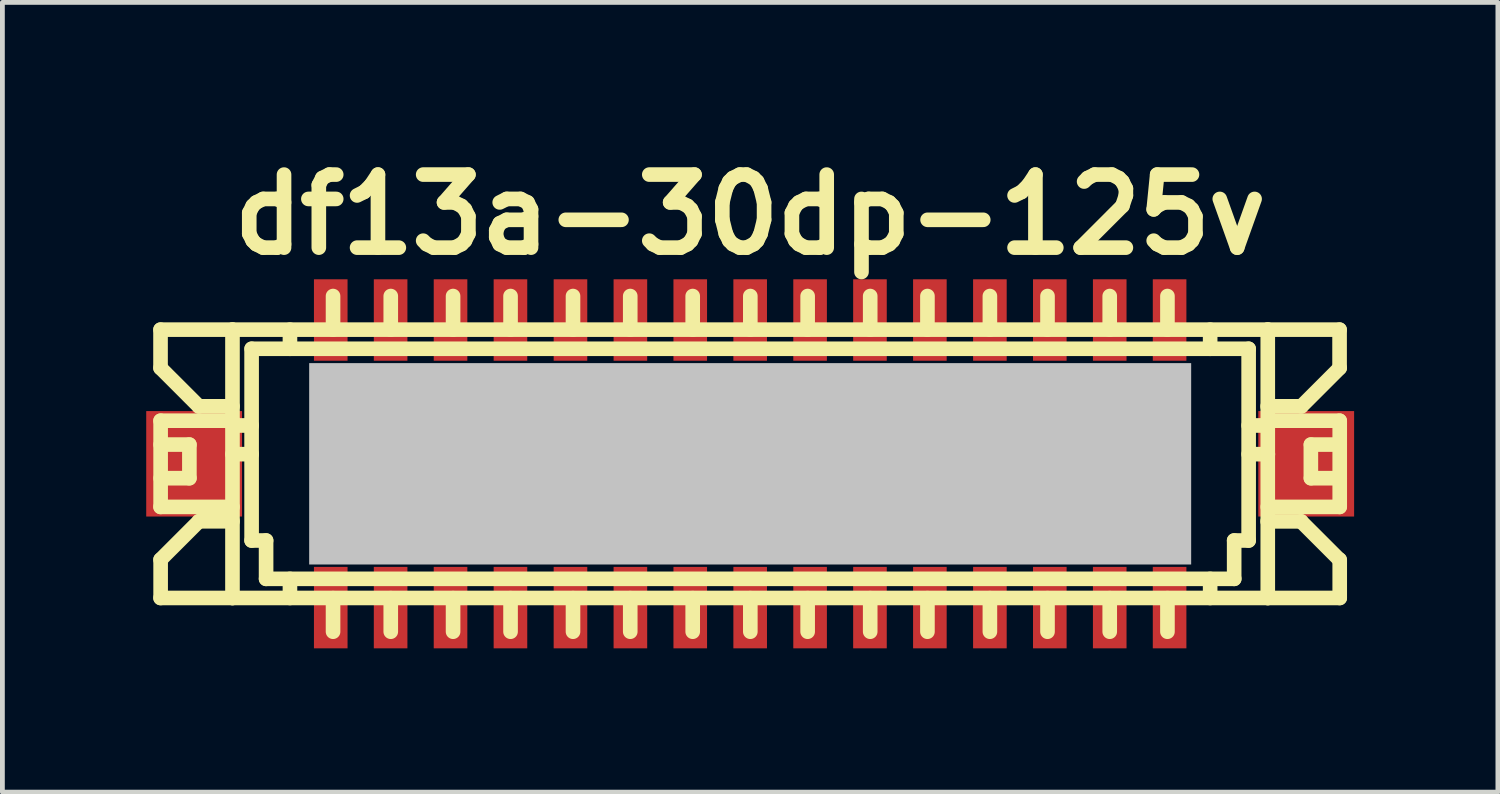
<source format=kicad_pcb>
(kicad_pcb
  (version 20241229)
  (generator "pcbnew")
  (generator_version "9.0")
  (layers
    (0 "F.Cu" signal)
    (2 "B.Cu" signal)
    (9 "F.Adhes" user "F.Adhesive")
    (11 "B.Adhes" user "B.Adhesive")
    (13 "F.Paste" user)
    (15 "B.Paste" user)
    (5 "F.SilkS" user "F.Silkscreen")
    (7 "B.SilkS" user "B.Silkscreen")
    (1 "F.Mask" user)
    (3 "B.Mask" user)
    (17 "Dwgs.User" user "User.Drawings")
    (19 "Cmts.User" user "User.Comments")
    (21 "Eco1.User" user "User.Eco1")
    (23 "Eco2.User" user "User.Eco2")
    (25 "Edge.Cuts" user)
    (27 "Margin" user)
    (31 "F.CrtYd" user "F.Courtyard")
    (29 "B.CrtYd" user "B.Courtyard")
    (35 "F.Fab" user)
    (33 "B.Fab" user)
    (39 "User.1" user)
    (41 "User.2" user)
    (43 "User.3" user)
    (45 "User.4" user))
  (footprint "df13a-30dp-125v"
    (layer "F.Cu")
    (at 12.6 6.626)
    (property "Reference" "df13a-30dp-125v" (at 0 -5.199 0) (layer "F.SilkS") (effects (font (size 1.524 1.524) (thickness 0.305))))
    (attr through_hole)
    (fp_line (start -12.301 -2.799) (end -12.301 -1.999) (stroke (width 0.305) (type solid)) (layer "F.SilkS"))
    (fp_line (start -12.301 -1.999) (end -11.501 -1.199) (stroke (width 0.305) (type solid)) (layer "F.SilkS"))
    (fp_line (start -12.301 -0.899) (end -10.8 -0.899) (stroke (width 0.305) (type solid)) (layer "F.SilkS"))
    (fp_line (start -12.301 0.899) (end -10.8 0.899) (stroke (width 0.305) (type solid)) (layer "F.SilkS"))
    (fp_line (start -12.301 2.799) (end -10.8 2.799) (stroke (width 0.305) (type solid)) (layer "F.SilkS"))
    (fp_line (start -12.299 -0.401) (end -11.699 -0.401) (stroke (width 0.305) (type solid)) (layer "F.SilkS"))
    (fp_line (start -12.299 0.899) (end -12.299 -0.899) (stroke (width 0.305) (type solid)) (layer "F.SilkS"))
    (fp_line (start -12.299 2.799) (end -12.299 1.999) (stroke (width 0.305) (type solid)) (layer "F.SilkS"))
    (fp_line (start -11.699 -0.401) (end -11.699 0.3) (stroke (width 0.305) (type solid)) (layer "F.SilkS"))
    (fp_line (start -11.699 0.3) (end -12.299 0.3) (stroke (width 0.305) (type solid)) (layer "F.SilkS"))
    (fp_line (start -11.501 -1.199) (end -10.8 -1.199) (stroke (width 0.305) (type solid)) (layer "F.SilkS"))
    (fp_line (start -11.501 1.199) (end -12.301 1.999) (stroke (width 0.305) (type solid)) (layer "F.SilkS"))
    (fp_line (start -10.8 -2.799) (end -12.301 -2.799) (stroke (width 0.305) (type solid)) (layer "F.SilkS"))
    (fp_line (start -10.8 -2.799) (end -10.8 2.799) (stroke (width 0.305) (type solid)) (layer "F.SilkS"))
    (fp_line (start -10.8 -2.799) (end 10.8 -2.799) (stroke (width 0.305) (type solid)) (layer "F.SilkS"))
    (fp_line (start -10.8 -0.8) (end -10.399 -0.8) (stroke (width 0.305) (type solid)) (layer "F.SilkS"))
    (fp_line (start -10.8 -0.201) (end -10.399 -0.201) (stroke (width 0.305) (type solid)) (layer "F.SilkS"))
    (fp_line (start -10.8 1.199) (end -11.501 1.199) (stroke (width 0.305) (type solid)) (layer "F.SilkS"))
    (fp_line (start -10.401 1.6) (end -10.401 -2.4) (stroke (width 0.305) (type solid)) (layer "F.SilkS"))
    (fp_line (start -10.099 1.6) (end -10.401 1.6) (stroke (width 0.305) (type solid)) (layer "F.SilkS"))
    (fp_line (start -10.099 2.4) (end -10.099 1.6) (stroke (width 0.305) (type solid)) (layer "F.SilkS"))
    (fp_line (start -10.099 2.4) (end 10.099 2.4) (stroke (width 0.305) (type solid)) (layer "F.SilkS"))
    (fp_line (start -9.601 -2.799) (end -9.601 -2.4) (stroke (width 0.305) (type solid)) (layer "F.SilkS"))
    (fp_line (start -9.601 2.4) (end -9.601 2.799) (stroke (width 0.305) (type solid)) (layer "F.SilkS"))
    (fp_line (start -8.801 -0.701) (end -8.801 -0.5) (stroke (width 0.305) (type solid)) (layer "F.SilkS"))
    (fp_line (start -8.801 -0.5) (end -8.6 -0.5) (stroke (width 0.305) (type solid)) (layer "F.SilkS"))
    (fp_line (start -8.801 0.498) (end -8.801 0.699) (stroke (width 0.305) (type solid)) (layer "F.SilkS"))
    (fp_line (start -8.801 0.699) (end -8.6 0.699) (stroke (width 0.305) (type solid)) (layer "F.SilkS"))
    (fp_line (start -8.702 -3.5) (end -8.702 -2.799) (stroke (width 0.305) (type solid)) (layer "F.SilkS"))
    (fp_line (start -8.702 2.802) (end -8.702 3.503) (stroke (width 0.305) (type solid)) (layer "F.SilkS"))
    (fp_line (start -8.6 -0.701) (end -8.801 -0.701) (stroke (width 0.305) (type solid)) (layer "F.SilkS"))
    (fp_line (start -8.6 -0.5) (end -8.6 -0.701) (stroke (width 0.305) (type solid)) (layer "F.SilkS"))
    (fp_line (start -8.6 0.498) (end -8.801 0.498) (stroke (width 0.305) (type solid)) (layer "F.SilkS"))
    (fp_line (start -8.6 0.699) (end -8.6 0.498) (stroke (width 0.305) (type solid)) (layer "F.SilkS"))
    (fp_line (start -7.6 -0.699) (end -7.402 -0.699) (stroke (width 0.305) (type solid)) (layer "F.SilkS"))
    (fp_line (start -7.6 -0.5) (end -7.6 -0.699) (stroke (width 0.305) (type solid)) (layer "F.SilkS"))
    (fp_line (start -7.6 0.5) (end -7.402 0.5) (stroke (width 0.305) (type solid)) (layer "F.SilkS"))
    (fp_line (start -7.6 0.699) (end -7.6 0.5) (stroke (width 0.305) (type solid)) (layer "F.SilkS"))
    (fp_line (start -7.498 -3.5) (end -7.498 -2.799) (stroke (width 0.305) (type solid)) (layer "F.SilkS"))
    (fp_line (start -7.498 2.802) (end -7.498 3.503) (stroke (width 0.305) (type solid)) (layer "F.SilkS"))
    (fp_line (start -7.402 -0.699) (end -7.402 -0.5) (stroke (width 0.305) (type solid)) (layer "F.SilkS"))
    (fp_line (start -7.402 -0.5) (end -7.6 -0.5) (stroke (width 0.305) (type solid)) (layer "F.SilkS"))
    (fp_line (start -7.402 0.5) (end -7.402 0.699) (stroke (width 0.305) (type solid)) (layer "F.SilkS"))
    (fp_line (start -7.402 0.699) (end -7.6 0.699) (stroke (width 0.305) (type solid)) (layer "F.SilkS"))
    (fp_line (start -6.302 -0.699) (end -6.104 -0.699) (stroke (width 0.305) (type solid)) (layer "F.SilkS"))
    (fp_line (start -6.302 -0.5) (end -6.302 -0.699) (stroke (width 0.305) (type solid)) (layer "F.SilkS"))
    (fp_line (start -6.302 0.5) (end -6.104 0.5) (stroke (width 0.305) (type solid)) (layer "F.SilkS"))
    (fp_line (start -6.302 0.699) (end -6.302 0.5) (stroke (width 0.305) (type solid)) (layer "F.SilkS"))
    (fp_line (start -6.198 -3.5) (end -6.198 -2.799) (stroke (width 0.305) (type solid)) (layer "F.SilkS"))
    (fp_line (start -6.198 2.802) (end -6.198 3.503) (stroke (width 0.305) (type solid)) (layer "F.SilkS"))
    (fp_line (start -6.104 -0.699) (end -6.104 -0.5) (stroke (width 0.305) (type solid)) (layer "F.SilkS"))
    (fp_line (start -6.104 -0.5) (end -6.302 -0.5) (stroke (width 0.305) (type solid)) (layer "F.SilkS"))
    (fp_line (start -6.104 0.5) (end -6.104 0.699) (stroke (width 0.305) (type solid)) (layer "F.SilkS"))
    (fp_line (start -6.104 0.699) (end -6.302 0.699) (stroke (width 0.305) (type solid)) (layer "F.SilkS"))
    (fp_line (start -5.1 -0.699) (end -4.902 -0.699) (stroke (width 0.305) (type solid)) (layer "F.SilkS"))
    (fp_line (start -5.1 -0.5) (end -5.1 -0.699) (stroke (width 0.305) (type solid)) (layer "F.SilkS"))
    (fp_line (start -5.1 0.5) (end -4.902 0.5) (stroke (width 0.305) (type solid)) (layer "F.SilkS"))
    (fp_line (start -5.1 0.699) (end -5.1 0.5) (stroke (width 0.305) (type solid)) (layer "F.SilkS"))
    (fp_line (start -4.999 -3.5) (end -4.999 -2.799) (stroke (width 0.305) (type solid)) (layer "F.SilkS"))
    (fp_line (start -4.999 2.802) (end -4.999 3.503) (stroke (width 0.305) (type solid)) (layer "F.SilkS"))
    (fp_line (start -4.902 -0.699) (end -4.902 -0.5) (stroke (width 0.305) (type solid)) (layer "F.SilkS"))
    (fp_line (start -4.902 -0.5) (end -5.1 -0.5) (stroke (width 0.305) (type solid)) (layer "F.SilkS"))
    (fp_line (start -4.902 0.5) (end -4.902 0.699) (stroke (width 0.305) (type solid)) (layer "F.SilkS"))
    (fp_line (start -4.902 0.699) (end -5.1 0.699) (stroke (width 0.305) (type solid)) (layer "F.SilkS"))
    (fp_line (start -3.797 -0.701) (end -3.597 -0.701) (stroke (width 0.305) (type solid)) (layer "F.SilkS"))
    (fp_line (start -3.797 -0.5) (end -3.797 -0.701) (stroke (width 0.305) (type solid)) (layer "F.SilkS"))
    (fp_line (start -3.797 0.498) (end -3.597 0.498) (stroke (width 0.305) (type solid)) (layer "F.SilkS"))
    (fp_line (start -3.797 0.699) (end -3.797 0.498) (stroke (width 0.305) (type solid)) (layer "F.SilkS"))
    (fp_line (start -3.696 -3.5) (end -3.696 -2.799) (stroke (width 0.305) (type solid)) (layer "F.SilkS"))
    (fp_line (start -3.696 2.802) (end -3.696 3.503) (stroke (width 0.305) (type solid)) (layer "F.SilkS"))
    (fp_line (start -3.597 -0.701) (end -3.597 -0.5) (stroke (width 0.305) (type solid)) (layer "F.SilkS"))
    (fp_line (start -3.597 -0.5) (end -3.797 -0.5) (stroke (width 0.305) (type solid)) (layer "F.SilkS"))
    (fp_line (start -3.597 0.498) (end -3.597 0.699) (stroke (width 0.305) (type solid)) (layer "F.SilkS"))
    (fp_line (start -3.597 0.699) (end -3.797 0.699) (stroke (width 0.305) (type solid)) (layer "F.SilkS"))
    (fp_line (start -2.601 -0.704) (end -2.601 -0.503) (stroke (width 0.305) (type solid)) (layer "F.SilkS"))
    (fp_line (start -2.601 -0.503) (end -2.4 -0.503) (stroke (width 0.305) (type solid)) (layer "F.SilkS"))
    (fp_line (start -2.601 0.495) (end -2.601 0.696) (stroke (width 0.305) (type solid)) (layer "F.SilkS"))
    (fp_line (start -2.601 0.696) (end -2.4 0.696) (stroke (width 0.305) (type solid)) (layer "F.SilkS"))
    (fp_line (start -2.502 -3.5) (end -2.502 -2.799) (stroke (width 0.305) (type solid)) (layer "F.SilkS"))
    (fp_line (start -2.502 2.802) (end -2.502 3.503) (stroke (width 0.305) (type solid)) (layer "F.SilkS"))
    (fp_line (start -2.4 -0.704) (end -2.601 -0.704) (stroke (width 0.305) (type solid)) (layer "F.SilkS"))
    (fp_line (start -2.4 -0.503) (end -2.4 -0.704) (stroke (width 0.305) (type solid)) (layer "F.SilkS"))
    (fp_line (start -2.4 0.495) (end -2.601 0.495) (stroke (width 0.305) (type solid)) (layer "F.SilkS"))
    (fp_line (start -2.4 0.696) (end -2.4 0.495) (stroke (width 0.305) (type solid)) (layer "F.SilkS"))
    (fp_line (start -1.3 -0.701) (end -1.102 -0.701) (stroke (width 0.305) (type solid)) (layer "F.SilkS"))
    (fp_line (start -1.3 -0.503) (end -1.3 -0.701) (stroke (width 0.305) (type solid)) (layer "F.SilkS"))
    (fp_line (start -1.3 0.498) (end -1.102 0.498) (stroke (width 0.305) (type solid)) (layer "F.SilkS"))
    (fp_line (start -1.3 0.696) (end -1.3 0.498) (stroke (width 0.305) (type solid)) (layer "F.SilkS"))
    (fp_line (start -1.199 -3.5) (end -1.199 -2.799) (stroke (width 0.305) (type solid)) (layer "F.SilkS"))
    (fp_line (start -1.199 2.802) (end -1.199 3.503) (stroke (width 0.305) (type solid)) (layer "F.SilkS"))
    (fp_line (start -1.102 -0.701) (end -1.102 -0.503) (stroke (width 0.305) (type solid)) (layer "F.SilkS"))
    (fp_line (start -1.102 -0.503) (end -1.3 -0.503) (stroke (width 0.305) (type solid)) (layer "F.SilkS"))
    (fp_line (start -1.102 0.498) (end -1.102 0.696) (stroke (width 0.305) (type solid)) (layer "F.SilkS"))
    (fp_line (start -1.102 0.696) (end -1.3 0.696) (stroke (width 0.305) (type solid)) (layer "F.SilkS"))
    (fp_line (start -0.102 -0.701) (end 0.097 -0.701) (stroke (width 0.305) (type solid)) (layer "F.SilkS"))
    (fp_line (start -0.102 -0.503) (end -0.102 -0.701) (stroke (width 0.305) (type solid)) (layer "F.SilkS"))
    (fp_line (start -0.102 0.498) (end 0.097 0.498) (stroke (width 0.305) (type solid)) (layer "F.SilkS"))
    (fp_line (start -0.102 0.696) (end -0.102 0.498) (stroke (width 0.305) (type solid)) (layer "F.SilkS"))
    (fp_line (start 0.003 -3.5) (end 0.003 -2.799) (stroke (width 0.305) (type solid)) (layer "F.SilkS"))
    (fp_line (start 0.003 2.802) (end 0.003 3.503) (stroke (width 0.305) (type solid)) (layer "F.SilkS"))
    (fp_line (start 0.097 -0.701) (end 0.097 -0.503) (stroke (width 0.305) (type solid)) (layer "F.SilkS"))
    (fp_line (start 0.097 -0.503) (end -0.102 -0.503) (stroke (width 0.305) (type solid)) (layer "F.SilkS"))
    (fp_line (start 0.097 0.498) (end 0.097 0.696) (stroke (width 0.305) (type solid)) (layer "F.SilkS"))
    (fp_line (start 0.097 0.696) (end -0.102 0.696) (stroke (width 0.305) (type solid)) (layer "F.SilkS"))
    (fp_line (start 1.097 -0.701) (end 1.295 -0.701) (stroke (width 0.305) (type solid)) (layer "F.SilkS"))
    (fp_line (start 1.097 -0.503) (end 1.097 -0.701) (stroke (width 0.305) (type solid)) (layer "F.SilkS"))
    (fp_line (start 1.097 0.498) (end 1.295 0.498) (stroke (width 0.305) (type solid)) (layer "F.SilkS"))
    (fp_line (start 1.097 0.696) (end 1.097 0.498) (stroke (width 0.305) (type solid)) (layer "F.SilkS"))
    (fp_line (start 1.199 -3.5) (end 1.199 -2.799) (stroke (width 0.305) (type solid)) (layer "F.SilkS"))
    (fp_line (start 1.199 2.802) (end 1.199 3.503) (stroke (width 0.305) (type solid)) (layer "F.SilkS"))
    (fp_line (start 1.295 -0.701) (end 1.295 -0.503) (stroke (width 0.305) (type solid)) (layer "F.SilkS"))
    (fp_line (start 1.295 -0.503) (end 1.097 -0.503) (stroke (width 0.305) (type solid)) (layer "F.SilkS"))
    (fp_line (start 1.295 0.498) (end 1.295 0.696) (stroke (width 0.305) (type solid)) (layer "F.SilkS"))
    (fp_line (start 1.295 0.696) (end 1.097 0.696) (stroke (width 0.305) (type solid)) (layer "F.SilkS"))
    (fp_line (start 2.4 -0.704) (end 2.601 -0.704) (stroke (width 0.305) (type solid)) (layer "F.SilkS"))
    (fp_line (start 2.4 -0.503) (end 2.4 -0.704) (stroke (width 0.305) (type solid)) (layer "F.SilkS"))
    (fp_line (start 2.4 0.495) (end 2.601 0.495) (stroke (width 0.305) (type solid)) (layer "F.SilkS"))
    (fp_line (start 2.4 0.696) (end 2.4 0.495) (stroke (width 0.305) (type solid)) (layer "F.SilkS"))
    (fp_line (start 2.504 -3.5) (end 2.504 -2.799) (stroke (width 0.305) (type solid)) (layer "F.SilkS"))
    (fp_line (start 2.504 2.802) (end 2.504 3.503) (stroke (width 0.305) (type solid)) (layer "F.SilkS"))
    (fp_line (start 2.601 -0.704) (end 2.601 -0.503) (stroke (width 0.305) (type solid)) (layer "F.SilkS"))
    (fp_line (start 2.601 -0.503) (end 2.4 -0.503) (stroke (width 0.305) (type solid)) (layer "F.SilkS"))
    (fp_line (start 2.601 0.495) (end 2.601 0.696) (stroke (width 0.305) (type solid)) (layer "F.SilkS"))
    (fp_line (start 2.601 0.696) (end 2.4 0.696) (stroke (width 0.305) (type solid)) (layer "F.SilkS"))
    (fp_line (start 3.599 -0.704) (end 3.599 -0.503) (stroke (width 0.305) (type solid)) (layer "F.SilkS"))
    (fp_line (start 3.599 -0.503) (end 3.8 -0.503) (stroke (width 0.305) (type solid)) (layer "F.SilkS"))
    (fp_line (start 3.599 0.495) (end 3.599 0.696) (stroke (width 0.305) (type solid)) (layer "F.SilkS"))
    (fp_line (start 3.599 0.696) (end 3.8 0.696) (stroke (width 0.305) (type solid)) (layer "F.SilkS"))
    (fp_line (start 3.698 -3.5) (end 3.698 -2.799) (stroke (width 0.305) (type solid)) (layer "F.SilkS"))
    (fp_line (start 3.698 2.802) (end 3.698 3.503) (stroke (width 0.305) (type solid)) (layer "F.SilkS"))
    (fp_line (start 3.8 -0.704) (end 3.599 -0.704) (stroke (width 0.305) (type solid)) (layer "F.SilkS"))
    (fp_line (start 3.8 -0.503) (end 3.8 -0.704) (stroke (width 0.305) (type solid)) (layer "F.SilkS"))
    (fp_line (start 3.8 0.495) (end 3.599 0.495) (stroke (width 0.305) (type solid)) (layer "F.SilkS"))
    (fp_line (start 3.8 0.696) (end 3.8 0.495) (stroke (width 0.305) (type solid)) (layer "F.SilkS"))
    (fp_line (start 4.9 -0.701) (end 5.098 -0.701) (stroke (width 0.305) (type solid)) (layer "F.SilkS"))
    (fp_line (start 4.9 -0.503) (end 4.9 -0.701) (stroke (width 0.305) (type solid)) (layer "F.SilkS"))
    (fp_line (start 4.9 0.498) (end 5.098 0.498) (stroke (width 0.305) (type solid)) (layer "F.SilkS"))
    (fp_line (start 4.9 0.696) (end 4.9 0.498) (stroke (width 0.305) (type solid)) (layer "F.SilkS"))
    (fp_line (start 5.001 -3.5) (end 5.001 -2.799) (stroke (width 0.305) (type solid)) (layer "F.SilkS"))
    (fp_line (start 5.001 2.802) (end 5.001 3.503) (stroke (width 0.305) (type solid)) (layer "F.SilkS"))
    (fp_line (start 5.098 -0.701) (end 5.098 -0.503) (stroke (width 0.305) (type solid)) (layer "F.SilkS"))
    (fp_line (start 5.098 -0.503) (end 4.9 -0.503) (stroke (width 0.305) (type solid)) (layer "F.SilkS"))
    (fp_line (start 5.098 0.498) (end 5.098 0.696) (stroke (width 0.305) (type solid)) (layer "F.SilkS"))
    (fp_line (start 5.098 0.696) (end 4.9 0.696) (stroke (width 0.305) (type solid)) (layer "F.SilkS"))
    (fp_line (start 6.099 -0.701) (end 6.297 -0.701) (stroke (width 0.305) (type solid)) (layer "F.SilkS"))
    (fp_line (start 6.099 -0.503) (end 6.099 -0.701) (stroke (width 0.305) (type solid)) (layer "F.SilkS"))
    (fp_line (start 6.099 0.498) (end 6.297 0.498) (stroke (width 0.305) (type solid)) (layer "F.SilkS"))
    (fp_line (start 6.099 0.696) (end 6.099 0.498) (stroke (width 0.305) (type solid)) (layer "F.SilkS"))
    (fp_line (start 6.203 -3.5) (end 6.203 -2.799) (stroke (width 0.305) (type solid)) (layer "F.SilkS"))
    (fp_line (start 6.203 2.802) (end 6.203 3.503) (stroke (width 0.305) (type solid)) (layer "F.SilkS"))
    (fp_line (start 6.297 -0.701) (end 6.297 -0.503) (stroke (width 0.305) (type solid)) (layer "F.SilkS"))
    (fp_line (start 6.297 -0.503) (end 6.099 -0.503) (stroke (width 0.305) (type solid)) (layer "F.SilkS"))
    (fp_line (start 6.297 0.498) (end 6.297 0.696) (stroke (width 0.305) (type solid)) (layer "F.SilkS"))
    (fp_line (start 6.297 0.696) (end 6.099 0.696) (stroke (width 0.305) (type solid)) (layer "F.SilkS"))
    (fp_line (start 7.396 -0.701) (end 7.595 -0.701) (stroke (width 0.305) (type solid)) (layer "F.SilkS"))
    (fp_line (start 7.396 -0.503) (end 7.396 -0.701) (stroke (width 0.305) (type solid)) (layer "F.SilkS"))
    (fp_line (start 7.396 0.498) (end 7.595 0.498) (stroke (width 0.305) (type solid)) (layer "F.SilkS"))
    (fp_line (start 7.396 0.696) (end 7.396 0.498) (stroke (width 0.305) (type solid)) (layer "F.SilkS"))
    (fp_line (start 7.501 -3.5) (end 7.501 -2.799) (stroke (width 0.305) (type solid)) (layer "F.SilkS"))
    (fp_line (start 7.501 2.802) (end 7.501 3.503) (stroke (width 0.305) (type solid)) (layer "F.SilkS"))
    (fp_line (start 7.595 -0.701) (end 7.595 -0.503) (stroke (width 0.305) (type solid)) (layer "F.SilkS"))
    (fp_line (start 7.595 -0.503) (end 7.396 -0.503) (stroke (width 0.305) (type solid)) (layer "F.SilkS"))
    (fp_line (start 7.595 0.498) (end 7.595 0.696) (stroke (width 0.305) (type solid)) (layer "F.SilkS"))
    (fp_line (start 7.595 0.696) (end 7.396 0.696) (stroke (width 0.305) (type solid)) (layer "F.SilkS"))
    (fp_line (start 8.6 -0.704) (end 8.801 -0.704) (stroke (width 0.305) (type solid)) (layer "F.SilkS"))
    (fp_line (start 8.6 -0.503) (end 8.6 -0.704) (stroke (width 0.305) (type solid)) (layer "F.SilkS"))
    (fp_line (start 8.6 0.495) (end 8.801 0.495) (stroke (width 0.305) (type solid)) (layer "F.SilkS"))
    (fp_line (start 8.6 0.696) (end 8.6 0.495) (stroke (width 0.305) (type solid)) (layer "F.SilkS"))
    (fp_line (start 8.705 -3.5) (end 8.705 -2.799) (stroke (width 0.305) (type solid)) (layer "F.SilkS"))
    (fp_line (start 8.705 2.802) (end 8.705 3.503) (stroke (width 0.305) (type solid)) (layer "F.SilkS"))
    (fp_line (start 8.801 -0.704) (end 8.801 -0.503) (stroke (width 0.305) (type solid)) (layer "F.SilkS"))
    (fp_line (start 8.801 -0.503) (end 8.6 -0.503) (stroke (width 0.305) (type solid)) (layer "F.SilkS"))
    (fp_line (start 8.801 0.495) (end 8.801 0.696) (stroke (width 0.305) (type solid)) (layer "F.SilkS"))
    (fp_line (start 8.801 0.696) (end 8.6 0.696) (stroke (width 0.305) (type solid)) (layer "F.SilkS"))
    (fp_line (start 9.596 -2.799) (end 9.596 -2.4) (stroke (width 0.305) (type solid)) (layer "F.SilkS"))
    (fp_line (start 9.596 2.4) (end 9.596 2.799) (stroke (width 0.305) (type solid)) (layer "F.SilkS"))
    (fp_line (start 10.097 1.6) (end 10.097 2.4) (stroke (width 0.305) (type solid)) (layer "F.SilkS"))
    (fp_line (start 10.399 -2.4) (end -10.399 -2.4) (stroke (width 0.305) (type solid)) (layer "F.SilkS"))
    (fp_line (start 10.399 -2.4) (end 10.399 1.6) (stroke (width 0.305) (type solid)) (layer "F.SilkS"))
    (fp_line (start 10.399 -0.201) (end 10.8 -0.201) (stroke (width 0.305) (type solid)) (layer "F.SilkS"))
    (fp_line (start 10.399 1.6) (end 10.097 1.6) (stroke (width 0.305) (type solid)) (layer "F.SilkS"))
    (fp_line (start 10.795 -1.199) (end 11.496 -1.199) (stroke (width 0.305) (type solid)) (layer "F.SilkS"))
    (fp_line (start 10.795 1.201) (end 11.496 1.201) (stroke (width 0.305) (type solid)) (layer "F.SilkS"))
    (fp_line (start 10.798 2.799) (end 10.798 -2.799) (stroke (width 0.305) (type solid)) (layer "F.SilkS"))
    (fp_line (start 10.798 2.799) (end 12.299 2.799) (stroke (width 0.305) (type solid)) (layer "F.SilkS"))
    (fp_line (start 10.8 -0.8) (end 10.399 -0.8) (stroke (width 0.305) (type solid)) (layer "F.SilkS"))
    (fp_line (start 10.8 2.799) (end -10.8 2.799) (stroke (width 0.305) (type solid)) (layer "F.SilkS"))
    (fp_line (start 11.493 1.201) (end 12.294 2.002) (stroke (width 0.305) (type solid)) (layer "F.SilkS"))
    (fp_line (start 11.499 -1.199) (end 12.299 -1.999) (stroke (width 0.305) (type solid)) (layer "F.SilkS"))
    (fp_line (start 11.697 -0.401) (end 11.697 0.3) (stroke (width 0.305) (type solid)) (layer "F.SilkS"))
    (fp_line (start 11.699 -0.401) (end 12.299 -0.401) (stroke (width 0.305) (type solid)) (layer "F.SilkS"))
    (fp_line (start 11.699 0.3) (end 12.299 0.3) (stroke (width 0.305) (type solid)) (layer "F.SilkS"))
    (fp_line (start 12.296 -2.799) (end 10.795 -2.799) (stroke (width 0.305) (type solid)) (layer "F.SilkS"))
    (fp_line (start 12.296 -2.799) (end 12.296 -1.999) (stroke (width 0.305) (type solid)) (layer "F.SilkS"))
    (fp_line (start 12.296 -0.899) (end 10.798 -0.899) (stroke (width 0.305) (type solid)) (layer "F.SilkS"))
    (fp_line (start 12.296 0.899) (end 10.798 0.899) (stroke (width 0.305) (type solid)) (layer "F.SilkS"))
    (fp_line (start 12.299 -0.899) (end 12.299 0.899) (stroke (width 0.305) (type solid)) (layer "F.SilkS"))
    (fp_line (start 12.299 2.799) (end 12.299 1.999) (stroke (width 0.305) (type solid)) (layer "F.SilkS"))
    (pad "" smd rect (at -11.6 0) (size 1.999 2.2) (layers "F.Cu" "F.Mask" "F.Paste"))
    (pad "" smd rect (at 0 0) (size 18.4 4.201) (layers "Dwgs.User"))
    (pad "" smd rect (at 11.6 0) (size 1.999 2.2) (layers "F.Cu" "F.Mask" "F.Paste"))
    (pad "1" smd rect (at -8.75 -3) (size 0.701 1.699) (layers "F.Cu" "F.Mask" "F.Paste"))
    (pad "2" smd rect (at -8.75 3) (size 0.701 1.699) (layers "F.Cu" "F.Mask" "F.Paste"))
    (pad "3" smd rect (at -7.501 -3) (size 0.701 1.699) (layers "F.Cu" "F.Mask" "F.Paste"))
    (pad "4" smd rect (at -7.501 3) (size 0.701 1.699) (layers "F.Cu" "F.Mask" "F.Paste"))
    (pad "5" smd rect (at -6.251 -3) (size 0.701 1.699) (layers "F.Cu" "F.Mask" "F.Paste"))
    (pad "6" smd rect (at -6.251 3) (size 0.701 1.699) (layers "F.Cu" "F.Mask" "F.Paste"))
    (pad "7" smd rect (at -5.001 -3) (size 0.701 1.699) (layers "F.Cu" "F.Mask" "F.Paste"))
    (pad "8" smd rect (at -5.001 3) (size 0.701 1.699) (layers "F.Cu" "F.Mask" "F.Paste"))
    (pad "9" smd rect (at -3.749 -3) (size 0.701 1.699) (layers "F.Cu" "F.Mask" "F.Paste"))
    (pad "10" smd rect (at -3.749 3) (size 0.701 1.699) (layers "F.Cu" "F.Mask" "F.Paste"))
    (pad "11" smd rect (at -2.499 -3) (size 0.701 1.699) (layers "F.Cu" "F.Mask" "F.Paste"))
    (pad "12" smd rect (at -2.499 3) (size 0.701 1.699) (layers "F.Cu" "F.Mask" "F.Paste"))
    (pad "13" smd rect (at -1.25 -3) (size 0.701 1.699) (layers "F.Cu" "F.Mask" "F.Paste"))
    (pad "14" smd rect (at -1.25 3) (size 0.701 1.699) (layers "F.Cu" "F.Mask" "F.Paste"))
    (pad "15" smd rect (at 0 -3) (size 0.701 1.699) (layers "F.Cu" "F.Mask" "F.Paste"))
    (pad "16" smd rect (at 0 3) (size 0.701 1.699) (layers "F.Cu" "F.Mask" "F.Paste"))
    (pad "17" smd rect (at 1.25 -3) (size 0.701 1.699) (layers "F.Cu" "F.Mask" "F.Paste"))
    (pad "18" smd rect (at 1.25 3) (size 0.701 1.699) (layers "F.Cu" "F.Mask" "F.Paste"))
    (pad "19" smd rect (at 2.499 -3) (size 0.701 1.699) (layers "F.Cu" "F.Mask" "F.Paste"))
    (pad "20" smd rect (at 2.499 3) (size 0.701 1.699) (layers "F.Cu" "F.Mask" "F.Paste"))
    (pad "21" smd rect (at 3.749 -3) (size 0.701 1.699) (layers "F.Cu" "F.Mask" "F.Paste"))
    (pad "22" smd rect (at 3.749 3) (size 0.701 1.699) (layers "F.Cu" "F.Mask" "F.Paste"))
    (pad "23" smd rect (at 5.001 -3) (size 0.701 1.699) (layers "F.Cu" "F.Mask" "F.Paste"))
    (pad "24" smd rect (at 5.001 3) (size 0.701 1.699) (layers "F.Cu" "F.Mask" "F.Paste"))
    (pad "25" smd rect (at 6.251 -3) (size 0.701 1.699) (layers "F.Cu" "F.Mask" "F.Paste"))
    (pad "26" smd rect (at 6.251 3) (size 0.701 1.699) (layers "F.Cu" "F.Mask" "F.Paste"))
    (pad "27" smd rect (at 7.501 -3) (size 0.701 1.699) (layers "F.Cu" "F.Mask" "F.Paste"))
    (pad "28" smd rect (at 7.501 3) (size 0.701 1.699) (layers "F.Cu" "F.Mask" "F.Paste"))
    (pad "29" smd rect (at 8.75 -3) (size 0.701 1.699) (layers "F.Cu" "F.Mask" "F.Paste"))
    (pad "30" smd rect (at 8.75 3) (size 0.701 1.699) (layers "F.Cu" "F.Mask" "F.Paste")))
  (gr_rect
    (start -3 -3)
    (end 28.199 13.475)
    (stroke (width 0.1) (type default))
    (fill no)
    (layer "Edge.Cuts")))
</source>
